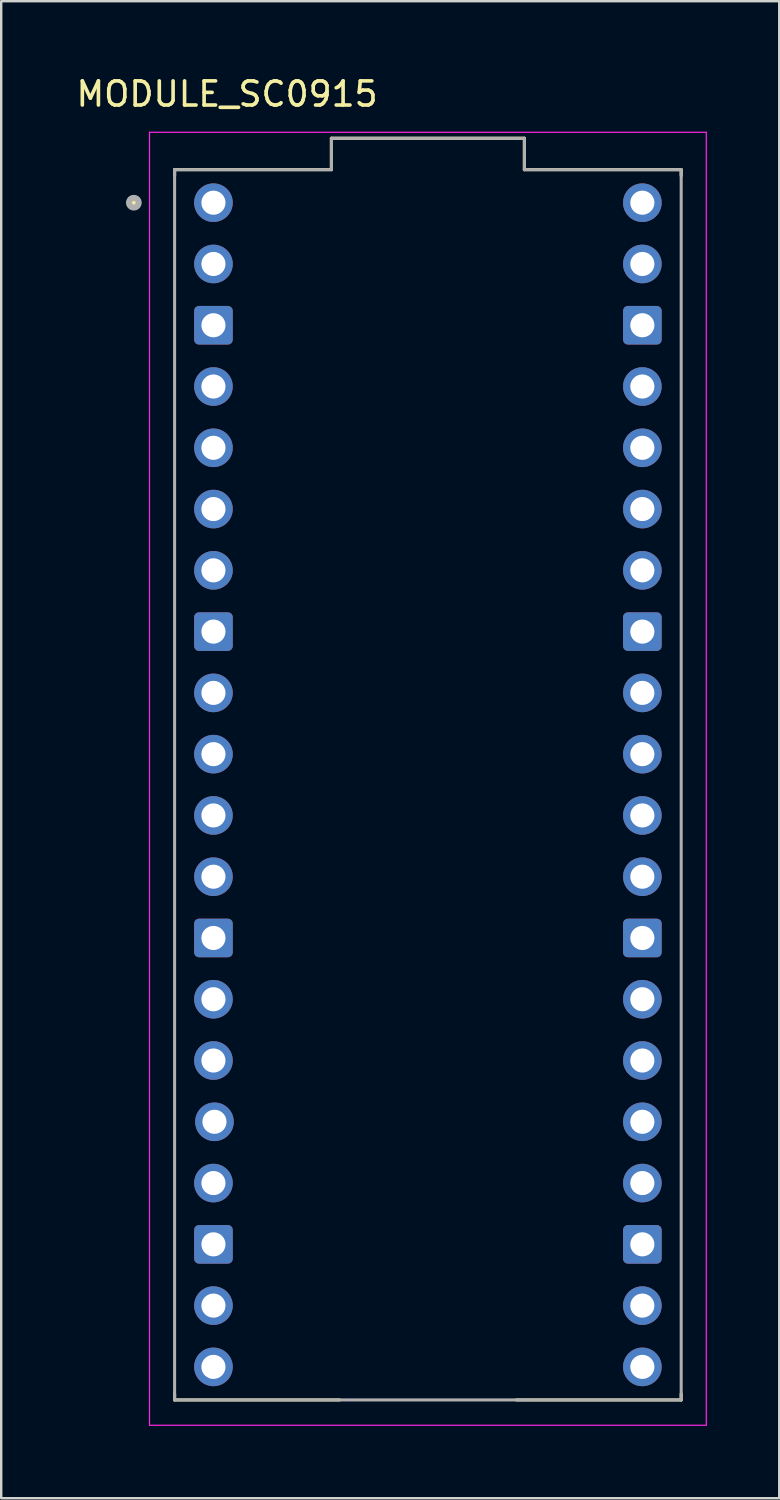
<source format=kicad_pcb>
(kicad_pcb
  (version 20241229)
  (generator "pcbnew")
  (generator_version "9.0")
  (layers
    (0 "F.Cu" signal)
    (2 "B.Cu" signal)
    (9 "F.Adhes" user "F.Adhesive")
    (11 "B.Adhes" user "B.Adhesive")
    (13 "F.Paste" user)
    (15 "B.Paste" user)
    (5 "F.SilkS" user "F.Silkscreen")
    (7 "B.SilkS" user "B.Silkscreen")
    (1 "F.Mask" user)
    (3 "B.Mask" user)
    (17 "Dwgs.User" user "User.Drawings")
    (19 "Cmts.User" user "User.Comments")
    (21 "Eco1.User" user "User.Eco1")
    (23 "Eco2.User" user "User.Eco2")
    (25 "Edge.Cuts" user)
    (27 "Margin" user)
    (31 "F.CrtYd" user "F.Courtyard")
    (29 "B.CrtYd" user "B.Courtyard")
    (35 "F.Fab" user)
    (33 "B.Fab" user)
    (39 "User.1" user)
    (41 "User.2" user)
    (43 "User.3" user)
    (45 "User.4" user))
  (footprint "MODULE_SC0915"
    (layer "F.Cu")
    (at 14.688 29.483)
    (property "Reference" "MODULE_SC0915" (at -8.325 -28.635 0) (layer "F.SilkS") (effects (font (size 1 1) (thickness 0.15))))
    (attr through_hole)
    (fp_line (start -10.5 -25.5) (end -4 -25.5) (stroke (width 0.127) (type solid)) (layer "F.SilkS"))
    (fp_line (start -10.5 -25.25) (end -10.5 -25.5) (stroke (width 0.127) (type solid)) (layer "F.SilkS"))
    (fp_line (start -10.5 25.5) (end -10.5 25.25) (stroke (width 0.127) (type solid)) (layer "F.SilkS"))
    (fp_line (start -4 -26.8) (end 4 -26.8) (stroke (width 0.127) (type solid)) (layer "F.SilkS"))
    (fp_line (start -4 -25.5) (end -4 -26.8) (stroke (width 0.127) (type solid)) (layer "F.SilkS"))
    (fp_line (start -3.66 25.5) (end -10.5 25.5) (stroke (width 0.127) (type solid)) (layer "F.SilkS"))
    (fp_line (start 4 -26.8) (end 4 -25.5) (stroke (width 0.127) (type solid)) (layer "F.SilkS"))
    (fp_line (start 4 -25.5) (end 10.5 -25.5) (stroke (width 0.127) (type solid)) (layer "F.SilkS"))
    (fp_line (start 10.5 -25.5) (end 10.5 -25.25) (stroke (width 0.127) (type solid)) (layer "F.SilkS"))
    (fp_line (start 10.5 25.5) (end 3.66 25.5) (stroke (width 0.127) (type solid)) (layer "F.SilkS"))
    (fp_line (start 10.5 25.5) (end 10.5 25.25) (stroke (width 0.127) (type solid)) (layer "F.SilkS"))
    (fp_circle (center -12.19 -24.13) (end -11.99 -24.13) (stroke (width 0.2) (type solid)) (fill yes) (layer "F.SilkS"))
    (fp_line (start -11.54 -27.05) (end -11.54 26.55) (stroke (width 0.05) (type solid)) (layer "F.CrtYd"))
    (fp_line (start -11.54 26.55) (end 11.54 26.55) (stroke (width 0.05) (type solid)) (layer "F.CrtYd"))
    (fp_line (start 11.54 -27.05) (end -11.54 -27.05) (stroke (width 0.05) (type solid)) (layer "F.CrtYd"))
    (fp_line (start 11.54 26.55) (end 11.54 -27.05) (stroke (width 0.05) (type solid)) (layer "F.CrtYd"))
    (fp_line (start -10.5 -25.5) (end -4 -25.5) (stroke (width 0.127) (type solid)) (layer "F.Fab"))
    (fp_line (start -10.5 25.5) (end -10.5 -25.5) (stroke (width 0.127) (type solid)) (layer "F.Fab"))
    (fp_line (start -4 -26.8) (end 4 -26.8) (stroke (width 0.127) (type solid)) (layer "F.Fab"))
    (fp_line (start -4 -25.5) (end -4 -26.8) (stroke (width 0.127) (type solid)) (layer "F.Fab"))
    (fp_line (start 4 -26.8) (end 4 -25.5) (stroke (width 0.127) (type solid)) (layer "F.Fab"))
    (fp_line (start 4 -25.5) (end 10.5 -25.5) (stroke (width 0.127) (type solid)) (layer "F.Fab"))
    (fp_line (start 10.5 -25.5) (end 10.5 25.5) (stroke (width 0.127) (type solid)) (layer "F.Fab"))
    (fp_line (start 10.5 25.5) (end -10.5 25.5) (stroke (width 0.127) (type solid)) (layer "F.Fab"))
    (fp_circle (center -12.19 -24.13) (end -11.99 -24.13) (stroke (width 0.25) (type solid)) (fill no) (layer "F.Fab"))
    (pad "1" thru_hole circle (at -8.89 -24.13) (size 1.6 1.6) (drill 1) (layers "*.Cu" "*.Mask"))
    (pad "2" thru_hole circle (at -8.89 -21.59) (size 1.6 1.6) (drill 1) (layers "*.Cu" "*.Mask"))
    (pad "3" thru_hole roundrect (at -8.89 -19.05) (size 1.6 1.6) (drill 1) (layers "*.Cu" "*.Mask") (roundrect_rratio 0.125))
    (pad "4" thru_hole circle (at -8.89 -16.51) (size 1.6 1.6) (drill 1) (layers "*.Cu" "*.Mask"))
    (pad "5" thru_hole circle (at -8.89 -13.97) (size 1.6 1.6) (drill 1) (layers "*.Cu" "*.Mask"))
    (pad "6" thru_hole circle (at -8.89 -11.43) (size 1.6 1.6) (drill 1) (layers "*.Cu" "*.Mask"))
    (pad "7" thru_hole circle (at -8.89 -8.89) (size 1.6 1.6) (drill 1) (layers "*.Cu" "*.Mask"))
    (pad "8" thru_hole roundrect (at -8.89 -6.35) (size 1.6 1.6) (drill 1) (layers "*.Cu" "*.Mask") (roundrect_rratio 0.125))
    (pad "9" thru_hole circle (at -8.89 -3.81) (size 1.6 1.6) (drill 1) (layers "*.Cu" "*.Mask"))
    (pad "10" thru_hole circle (at -8.89 -1.27) (size 1.6 1.6) (drill 1) (layers "*.Cu" "*.Mask"))
    (pad "11" thru_hole circle (at -8.89 1.27) (size 1.6 1.6) (drill 1) (layers "*.Cu" "*.Mask"))
    (pad "12" thru_hole circle (at -8.89 3.81) (size 1.6 1.6) (drill 1) (layers "*.Cu" "*.Mask"))
    (pad "13" thru_hole roundrect (at -8.89 6.35) (size 1.6 1.6) (drill 1) (layers "*.Cu" "*.Mask") (roundrect_rratio 0.125))
    (pad "14" thru_hole circle (at -8.89 8.89) (size 1.6 1.6) (drill 1) (layers "*.Cu" "*.Mask"))
    (pad "15" thru_hole circle (at -8.89 11.43) (size 1.6 1.6) (drill 1) (layers "*.Cu" "*.Mask"))
    (pad "16" thru_hole circle (at -8.848 13.97) (size 1.6 1.6) (drill 1) (layers "*.Cu" "*.Mask"))
    (pad "17" thru_hole circle (at -8.89 16.51) (size 1.6 1.6) (drill 1) (layers "*.Cu" "*.Mask"))
    (pad "18" thru_hole roundrect (at -8.89 19.05) (size 1.6 1.6) (drill 1) (layers "*.Cu" "*.Mask") (roundrect_rratio 0.125))
    (pad "19" thru_hole circle (at -8.89 21.59) (size 1.6 1.6) (drill 1) (layers "*.Cu" "*.Mask"))
    (pad "20" thru_hole circle (at -8.89 24.13) (size 1.6 1.6) (drill 1) (layers "*.Cu" "*.Mask"))
    (pad "21" thru_hole circle (at 8.89 24.13) (size 1.6 1.6) (drill 1) (layers "*.Cu" "*.Mask"))
    (pad "22" thru_hole circle (at 8.89 21.59) (size 1.6 1.6) (drill 1) (layers "*.Cu" "*.Mask"))
    (pad "23" thru_hole roundrect (at 8.89 19.05) (size 1.6 1.6) (drill 1) (layers "*.Cu" "*.Mask") (roundrect_rratio 0.125))
    (pad "24" thru_hole circle (at 8.89 16.51) (size 1.6 1.6) (drill 1) (layers "*.Cu" "*.Mask"))
    (pad "25" thru_hole circle (at 8.89 13.97) (size 1.6 1.6) (drill 1) (layers "*.Cu" "*.Mask"))
    (pad "26" thru_hole circle (at 8.89 11.43) (size 1.6 1.6) (drill 1) (layers "*.Cu" "*.Mask"))
    (pad "27" thru_hole circle (at 8.89 8.89) (size 1.6 1.6) (drill 1) (layers "*.Cu" "*.Mask"))
    (pad "28" thru_hole roundrect (at 8.89 6.35) (size 1.6 1.6) (drill 1) (layers "*.Cu" "*.Mask") (roundrect_rratio 0.125))
    (pad "29" thru_hole circle (at 8.89 3.81) (size 1.6 1.6) (drill 1) (layers "*.Cu" "*.Mask"))
    (pad "30" thru_hole circle (at 8.89 1.27) (size 1.6 1.6) (drill 1) (layers "*.Cu" "*.Mask"))
    (pad "31" thru_hole circle (at 8.89 -1.27) (size 1.6 1.6) (drill 1) (layers "*.Cu" "*.Mask"))
    (pad "32" thru_hole circle (at 8.89 -3.81) (size 1.6 1.6) (drill 1) (layers "*.Cu" "*.Mask"))
    (pad "33" thru_hole roundrect (at 8.89 -6.35) (size 1.6 1.6) (drill 1) (layers "*.Cu" "*.Mask") (roundrect_rratio 0.125))
    (pad "34" thru_hole circle (at 8.89 -8.89) (size 1.6 1.6) (drill 1) (layers "*.Cu" "*.Mask"))
    (pad "35" thru_hole circle (at 8.89 -11.43) (size 1.6 1.6) (drill 1) (layers "*.Cu" "*.Mask"))
    (pad "36" thru_hole circle (at 8.89 -13.97) (size 1.6 1.6) (drill 1) (layers "*.Cu" "*.Mask"))
    (pad "37" thru_hole circle (at 8.89 -16.51) (size 1.6 1.6) (drill 1) (layers "*.Cu" "*.Mask"))
    (pad "38" thru_hole roundrect (at 8.89 -19.05) (size 1.6 1.6) (drill 1) (layers "*.Cu" "*.Mask") (roundrect_rratio 0.125))
    (pad "39" thru_hole circle (at 8.89 -21.59) (size 1.6 1.6) (drill 1) (layers "*.Cu" "*.Mask"))
    (pad "40" thru_hole circle (at 8.89 -24.13) (size 1.6 1.6) (drill 1) (layers "*.Cu" "*.Mask")))
  (gr_rect
    (start -3 -3)
    (end 29.253 59.058)
    (stroke (width 0.1) (type default))
    (fill no)
    (layer "Edge.Cuts")))
</source>
